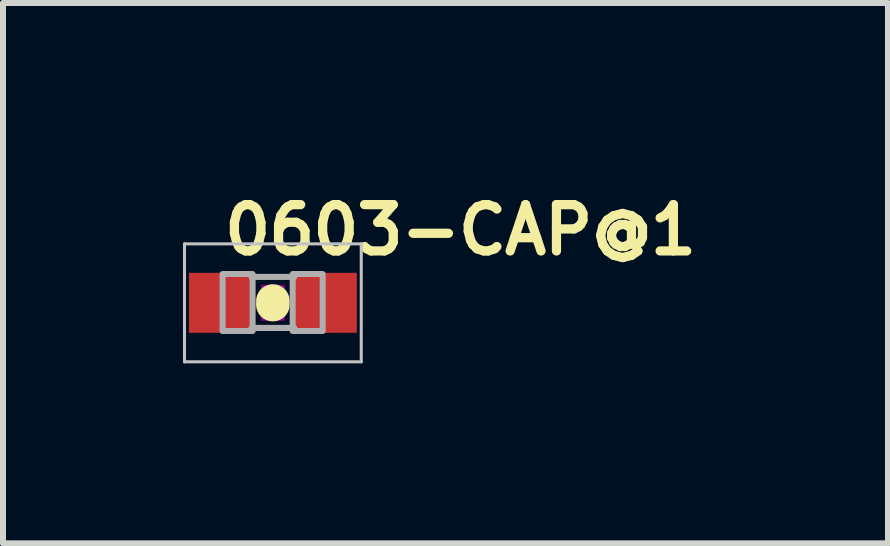
<source format=kicad_pcb>
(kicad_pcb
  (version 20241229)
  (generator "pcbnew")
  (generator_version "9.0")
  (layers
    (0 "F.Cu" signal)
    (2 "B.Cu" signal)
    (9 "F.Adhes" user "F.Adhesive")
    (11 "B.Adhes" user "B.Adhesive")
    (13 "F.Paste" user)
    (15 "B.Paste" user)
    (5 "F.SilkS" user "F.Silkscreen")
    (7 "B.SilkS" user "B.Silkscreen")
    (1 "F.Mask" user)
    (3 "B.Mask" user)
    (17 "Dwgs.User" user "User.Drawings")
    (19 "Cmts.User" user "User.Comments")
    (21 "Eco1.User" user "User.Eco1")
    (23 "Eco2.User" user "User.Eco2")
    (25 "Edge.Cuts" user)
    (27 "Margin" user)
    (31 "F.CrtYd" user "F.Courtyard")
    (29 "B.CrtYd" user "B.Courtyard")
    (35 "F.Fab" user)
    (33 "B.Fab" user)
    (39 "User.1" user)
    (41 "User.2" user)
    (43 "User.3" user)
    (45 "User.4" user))
  (footprint "0603-CAP@1"
    (layer "F.Cu")
    (at 1.498 1.997)
    (property "Reference" "0603-CAP@1" (at -0.889 -0.762 0) (layer "F.SilkS") (effects (font (size 0.772 0.772) (thickness 0.154)) (justify left bottom)))
    (attr through_hole)
    (fp_line (start 0 -0.03) (end 0 0.03) (stroke (width 0.559) (type solid)) (layer "F.SilkS"))
    (fp_poly (pts (xy -0.2 0.3) (xy 0.2 0.3) (xy 0.2 -0.3) (xy -0.2 -0.3)) (stroke (width 0) (type solid)) (fill yes) (layer "F.Adhes"))
    (fp_line (start -1.473 -0.983) (end 1.473 -0.983) (stroke (width 0.051) (type solid)) (layer "Dwgs.User"))
    (fp_line (start -1.473 0.983) (end -1.473 -0.983) (stroke (width 0.051) (type solid)) (layer "Dwgs.User"))
    (fp_line (start 1.473 -0.983) (end 1.473 0.983) (stroke (width 0.051) (type solid)) (layer "Dwgs.User"))
    (fp_line (start 1.473 0.983) (end -1.473 0.983) (stroke (width 0.051) (type solid)) (layer "Dwgs.User"))
    (fp_line (start -0.356 -0.432) (end 0.356 -0.432) (stroke (width 0.102) (type solid)) (layer "F.Fab"))
    (fp_line (start -0.356 0.419) (end 0.356 0.419) (stroke (width 0.102) (type solid)) (layer "F.Fab"))
    (fp_poly (pts (xy -0.838 0.47) (xy -0.338 0.47) (xy -0.338 -0.48) (xy -0.838 -0.48)) (stroke (width 0.1) (type solid)) (fill no) (layer "F.Fab"))
    (fp_poly (pts (xy 0.33 0.47) (xy 0.83 0.47) (xy 0.83 -0.48) (xy 0.33 -0.48)) (stroke (width 0.1) (type solid)) (fill no) (layer "F.Fab"))
    (pad "1" smd rect (at -0.85 0) (size 1.1 1) (layers "F.Cu" "F.Mask" "F.Paste"))
    (pad "2" smd rect (at 0.85 0) (size 1.1 1) (layers "F.Cu" "F.Mask" "F.Paste")))
  (gr_rect
    (start -3 -3)
    (end 11.75 6.006)
    (stroke (width 0.1) (type default))
    (fill no)
    (layer "Edge.Cuts")))
</source>
